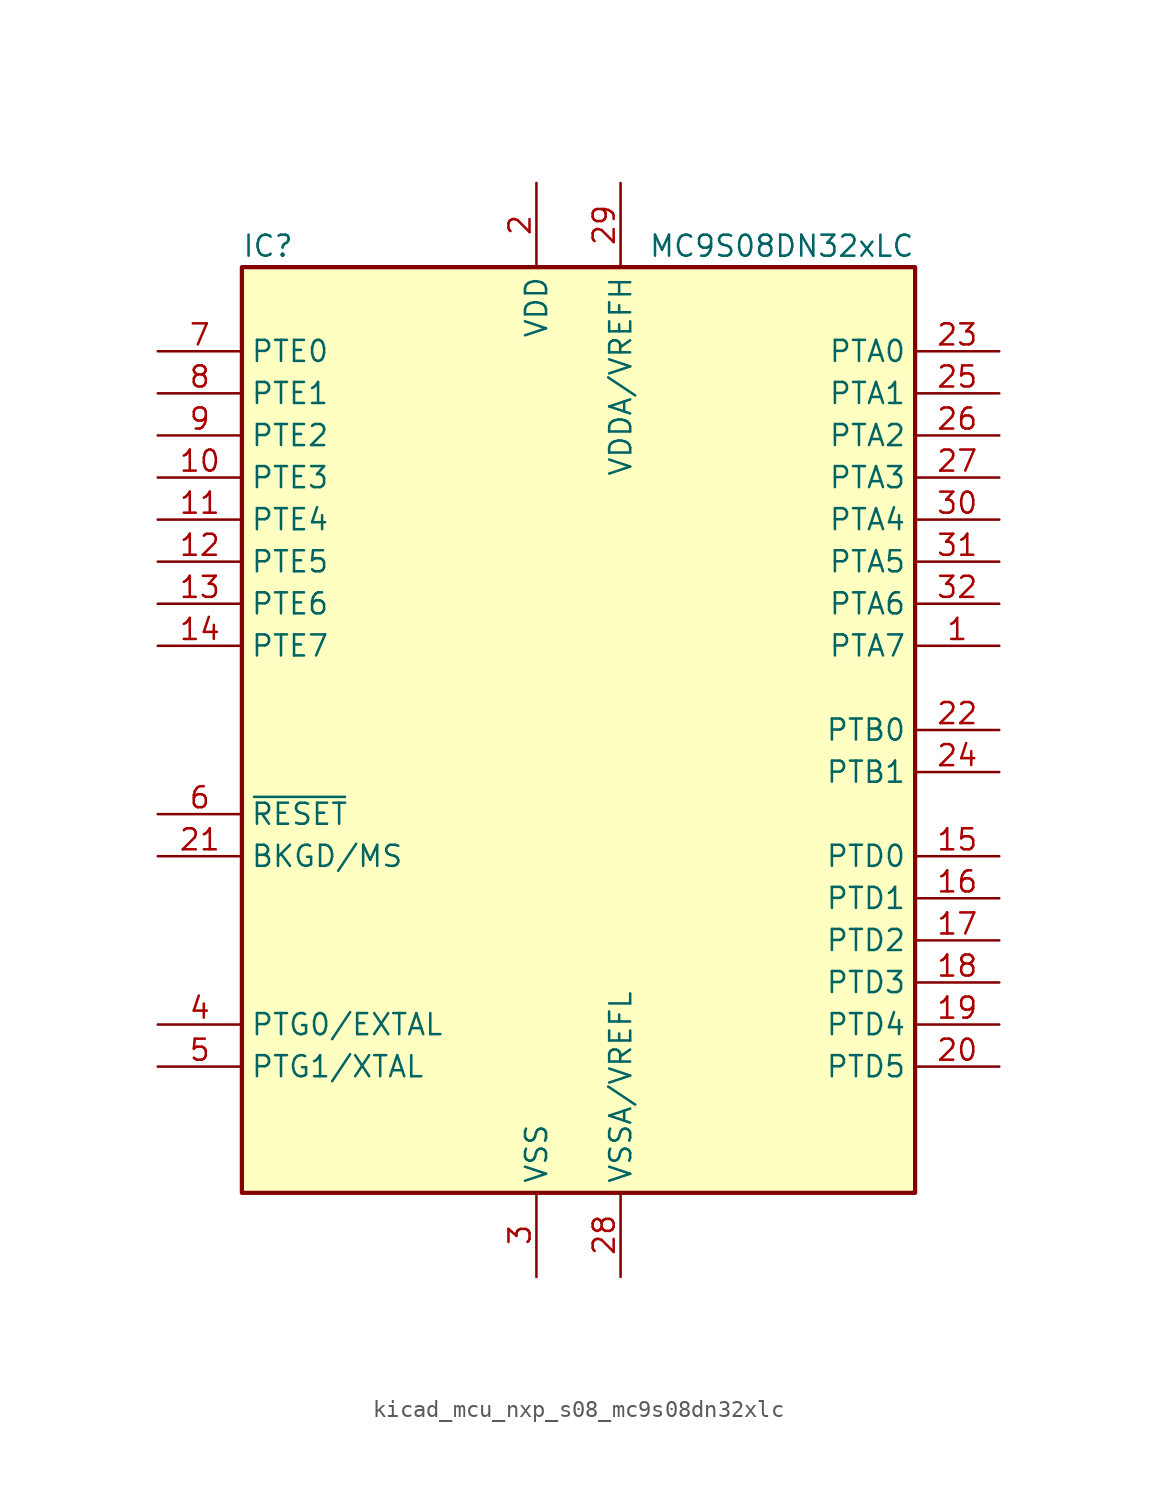
<source format=kicad_sym>
(kicad_symbol_lib
  (version 20220914)
  (generator kicad_symbol_editor)
  (symbol "kicad_mcu_nxp_s08_mc9s08dn32xlc"
    (property "Reference" "IC"
      (at -20.32 29.21 0)
      (effects (font (size 1.27 1.27)) (justify left)))
    (property "Value" "MC9S08DN32xLC"
      (at 20.32 29.21 0)
      (effects (font (size 1.27 1.27)) (justify right)))
    (symbol "kicad_mcu_nxp_s08_mc9s08dn32xlc_0_1"
      (rectangle (start -20.32 27.94) (end 20.32 -27.94) (stroke (width 0.254) (type default)) (fill (type background))))
    (symbol "kicad_mcu_nxp_s08_mc9s08dn32xlc_1_1"
      (pin bidirectional line (at 25.4 5.08 180) (length 5.08) (name "PTA7" (effects (font (size 1.27 1.27)))) (number "1" (effects (font (size 1.27 1.27)))))
      (pin bidirectional line (at -25.4 15.24 0) (length 5.08) (name "PTE3" (effects (font (size 1.27 1.27)))) (number "10" (effects (font (size 1.27 1.27)))))
      (pin bidirectional line (at -25.4 12.7 0) (length 5.08) (name "PTE4" (effects (font (size 1.27 1.27)))) (number "11" (effects (font (size 1.27 1.27)))))
      (pin bidirectional line (at -25.4 10.16 0) (length 5.08) (name "PTE5" (effects (font (size 1.27 1.27)))) (number "12" (effects (font (size 1.27 1.27)))))
      (pin bidirectional line (at -25.4 7.62 0) (length 5.08) (name "PTE6" (effects (font (size 1.27 1.27)))) (number "13" (effects (font (size 1.27 1.27)))))
      (pin bidirectional line (at -25.4 5.08 0) (length 5.08) (name "PTE7" (effects (font (size 1.27 1.27)))) (number "14" (effects (font (size 1.27 1.27)))))
      (pin bidirectional line (at 25.4 -7.62 180) (length 5.08) (name "PTD0" (effects (font (size 1.27 1.27)))) (number "15" (effects (font (size 1.27 1.27)))))
      (pin bidirectional line (at 25.4 -10.16 180) (length 5.08) (name "PTD1" (effects (font (size 1.27 1.27)))) (number "16" (effects (font (size 1.27 1.27)))))
      (pin bidirectional line (at 25.4 -12.7 180) (length 5.08) (name "PTD2" (effects (font (size 1.27 1.27)))) (number "17" (effects (font (size 1.27 1.27)))))
      (pin bidirectional line (at 25.4 -15.24 180) (length 5.08) (name "PTD3" (effects (font (size 1.27 1.27)))) (number "18" (effects (font (size 1.27 1.27)))))
      (pin bidirectional line (at 25.4 -17.78 180) (length 5.08) (name "PTD4" (effects (font (size 1.27 1.27)))) (number "19" (effects (font (size 1.27 1.27)))))
      (pin power_in line (at -2.54 33.02 270) (length 5.08) (name "VDD" (effects (font (size 1.27 1.27)))) (number "2" (effects (font (size 1.27 1.27)))))
      (pin bidirectional line (at 25.4 -20.32 180) (length 5.08) (name "PTD5" (effects (font (size 1.27 1.27)))) (number "20" (effects (font (size 1.27 1.27)))))
      (pin bidirectional line (at -25.4 -7.62 0) (length 5.08) (name "BKGD/MS" (effects (font (size 1.27 1.27)))) (number "21" (effects (font (size 1.27 1.27)))))
      (pin bidirectional line (at 25.4 0 180) (length 5.08) (name "PTB0" (effects (font (size 1.27 1.27)))) (number "22" (effects (font (size 1.27 1.27)))))
      (pin bidirectional line (at 25.4 22.86 180) (length 5.08) (name "PTA0" (effects (font (size 1.27 1.27)))) (number "23" (effects (font (size 1.27 1.27)))))
      (pin bidirectional line (at 25.4 -2.54 180) (length 5.08) (name "PTB1" (effects (font (size 1.27 1.27)))) (number "24" (effects (font (size 1.27 1.27)))))
      (pin bidirectional line (at 25.4 20.32 180) (length 5.08) (name "PTA1" (effects (font (size 1.27 1.27)))) (number "25" (effects (font (size 1.27 1.27)))))
      (pin bidirectional line (at 25.4 17.78 180) (length 5.08) (name "PTA2" (effects (font (size 1.27 1.27)))) (number "26" (effects (font (size 1.27 1.27)))))
      (pin bidirectional line (at 25.4 15.24 180) (length 5.08) (name "PTA3" (effects (font (size 1.27 1.27)))) (number "27" (effects (font (size 1.27 1.27)))))
      (pin power_in line (at 2.54 -33.02 90) (length 5.08) (name "VSSA/VREFL" (effects (font (size 1.27 1.27)))) (number "28" (effects (font (size 1.27 1.27)))))
      (pin power_in line (at 2.54 33.02 270) (length 5.08) (name "VDDA/VREFH" (effects (font (size 1.27 1.27)))) (number "29" (effects (font (size 1.27 1.27)))))
      (pin power_in line (at -2.54 -33.02 90) (length 5.08) (name "VSS" (effects (font (size 1.27 1.27)))) (number "3" (effects (font (size 1.27 1.27)))))
      (pin bidirectional line (at 25.4 12.7 180) (length 5.08) (name "PTA4" (effects (font (size 1.27 1.27)))) (number "30" (effects (font (size 1.27 1.27)))))
      (pin bidirectional line (at 25.4 10.16 180) (length 5.08) (name "PTA5" (effects (font (size 1.27 1.27)))) (number "31" (effects (font (size 1.27 1.27)))))
      (pin bidirectional line (at 25.4 7.62 180) (length 5.08) (name "PTA6" (effects (font (size 1.27 1.27)))) (number "32" (effects (font (size 1.27 1.27)))))
      (pin bidirectional line (at -25.4 -17.78 0) (length 5.08) (name "PTG0/EXTAL" (effects (font (size 1.27 1.27)))) (number "4" (effects (font (size 1.27 1.27)))))
      (pin bidirectional line (at -25.4 -20.32 0) (length 5.08) (name "PTG1/XTAL" (effects (font (size 1.27 1.27)))) (number "5" (effects (font (size 1.27 1.27)))))
      (pin input line (at -25.4 -5.08 0) (length 5.08) (name "~{RESET}" (effects (font (size 1.27 1.27)))) (number "6" (effects (font (size 1.27 1.27)))))
      (pin bidirectional line (at -25.4 22.86 0) (length 5.08) (name "PTE0" (effects (font (size 1.27 1.27)))) (number "7" (effects (font (size 1.27 1.27)))))
      (pin bidirectional line (at -25.4 20.32 0) (length 5.08) (name "PTE1" (effects (font (size 1.27 1.27)))) (number "8" (effects (font (size 1.27 1.27)))))
      (pin bidirectional line (at -25.4 17.78 0) (length 5.08) (name "PTE2" (effects (font (size 1.27 1.27)))) (number "9" (effects (font (size 1.27 1.27))))))))
</source>
